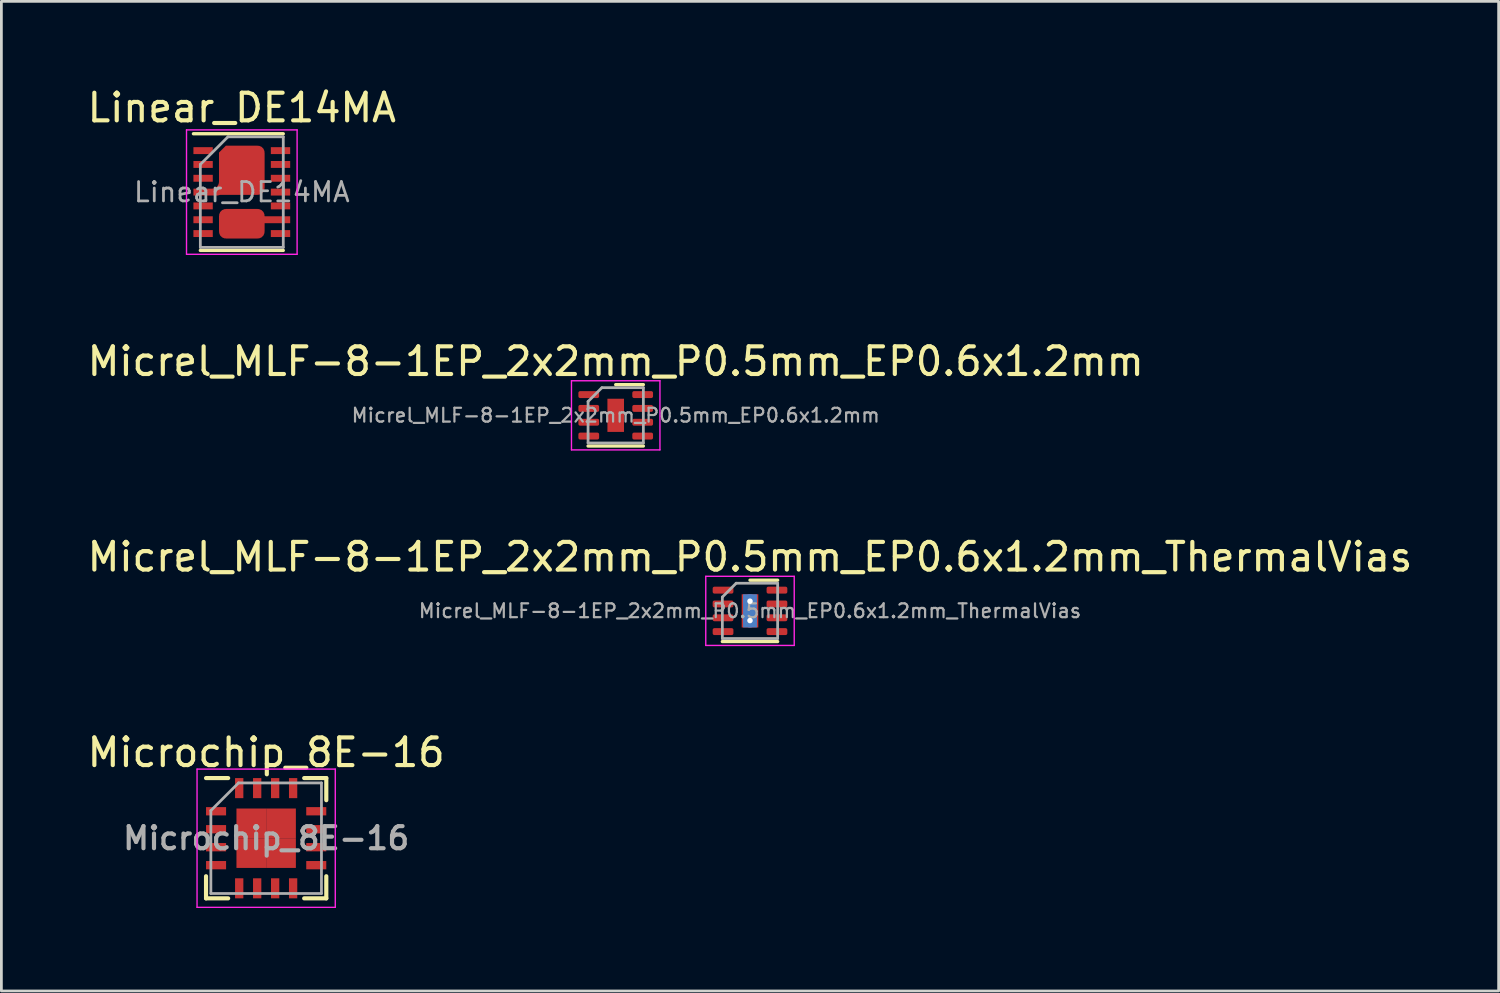
<source format=kicad_pcb>
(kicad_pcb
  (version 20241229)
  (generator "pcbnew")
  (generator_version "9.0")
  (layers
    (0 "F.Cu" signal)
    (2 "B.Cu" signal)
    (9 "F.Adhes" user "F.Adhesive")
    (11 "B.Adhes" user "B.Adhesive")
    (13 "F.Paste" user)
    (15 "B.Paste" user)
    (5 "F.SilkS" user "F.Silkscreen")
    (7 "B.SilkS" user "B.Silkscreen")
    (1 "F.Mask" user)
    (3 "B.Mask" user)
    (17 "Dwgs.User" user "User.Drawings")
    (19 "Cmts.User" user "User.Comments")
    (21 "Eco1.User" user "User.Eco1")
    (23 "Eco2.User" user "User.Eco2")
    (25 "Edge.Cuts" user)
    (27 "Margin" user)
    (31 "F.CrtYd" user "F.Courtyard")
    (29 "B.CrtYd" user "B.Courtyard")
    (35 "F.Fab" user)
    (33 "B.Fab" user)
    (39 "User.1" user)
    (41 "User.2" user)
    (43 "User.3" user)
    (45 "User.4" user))
  (footprint "Micrel_MLF-8-1EP_2x2mm_P0.5mm_EP0.6x1.2mm"
    (layer "F.Cu")
    (at 19.22 11.972)
    (property "Reference" "Micrel_MLF-8-1EP_2x2mm_P0.5mm_EP0.6x1.2mm" (at 0 -1.95 0) (layer "F.SilkS") (effects (font (size 1 1) (thickness 0.15))))
    (attr smd)
    (fp_line (start -1 1.11) (end 1 1.11) (stroke (width 0.12) (type solid)) (layer "F.SilkS"))
    (fp_line (start 0 -1.11) (end 1 -1.11) (stroke (width 0.12) (type solid)) (layer "F.SilkS"))
    (fp_line (start -1.6 -1.25) (end -1.6 1.25) (stroke (width 0.05) (type solid)) (layer "F.CrtYd"))
    (fp_line (start -1.6 1.25) (end 1.6 1.25) (stroke (width 0.05) (type solid)) (layer "F.CrtYd"))
    (fp_line (start 1.6 -1.25) (end -1.6 -1.25) (stroke (width 0.05) (type solid)) (layer "F.CrtYd"))
    (fp_line (start 1.6 1.25) (end 1.6 -1.25) (stroke (width 0.05) (type solid)) (layer "F.CrtYd"))
    (fp_line (start -1 -0.5) (end -0.5 -1) (stroke (width 0.1) (type solid)) (layer "F.Fab"))
    (fp_line (start -1 1) (end -1 -0.5) (stroke (width 0.1) (type solid)) (layer "F.Fab"))
    (fp_line (start -0.5 -1) (end 1 -1) (stroke (width 0.1) (type solid)) (layer "F.Fab"))
    (fp_line (start 1 -1) (end 1 1) (stroke (width 0.1) (type solid)) (layer "F.Fab"))
    (fp_line (start 1 1) (end -1 1) (stroke (width 0.1) (type solid)) (layer "F.Fab"))
    (fp_text user "${REFERENCE}" (at 0 0 0) (layer "F.Fab") (effects (font (size 0.5 0.5) (thickness 0.08))))
    (pad "" smd roundrect (at 0 -0.3) (size 0.48 0.48) (layers "F.Paste") (roundrect_rratio 0.25))
    (pad "" smd roundrect (at 0 0.3) (size 0.48 0.48) (layers "F.Paste") (roundrect_rratio 0.25))
    (pad "1" smd roundrect (at -0.975 -0.75) (size 0.75 0.25) (layers "F.Cu" "F.Mask" "F.Paste") (roundrect_rratio 0.25))
    (pad "2" smd roundrect (at -0.975 -0.25) (size 0.75 0.25) (layers "F.Cu" "F.Mask" "F.Paste") (roundrect_rratio 0.25))
    (pad "3" smd roundrect (at -0.975 0.25) (size 0.75 0.25) (layers "F.Cu" "F.Mask" "F.Paste") (roundrect_rratio 0.25))
    (pad "4" smd roundrect (at -0.975 0.75) (size 0.75 0.25) (layers "F.Cu" "F.Mask" "F.Paste") (roundrect_rratio 0.25))
    (pad "5" smd roundrect (at 0.975 0.75) (size 0.75 0.25) (layers "F.Cu" "F.Mask" "F.Paste") (roundrect_rratio 0.25))
    (pad "6" smd roundrect (at 0.975 0.25) (size 0.75 0.25) (layers "F.Cu" "F.Mask" "F.Paste") (roundrect_rratio 0.25))
    (pad "7" smd roundrect (at 0.975 -0.25) (size 0.75 0.25) (layers "F.Cu" "F.Mask" "F.Paste") (roundrect_rratio 0.25))
    (pad "8" smd roundrect (at 0.975 -0.75) (size 0.75 0.25) (layers "F.Cu" "F.Mask" "F.Paste") (roundrect_rratio 0.25))
    (pad "9" smd rect (at 0 0) (size 0.6 1.2) (layers "F.Cu" "F.Mask")))
  (footprint "Linear_DE14MA"
    (layer "F.Cu")
    (at 5.696 3.898)
    (property "Reference" "Linear_DE14MA" (at 0 -3.05 0) (layer "F.SilkS") (effects (font (size 1 1) (thickness 0.15))))
    (attr smd)
    (fp_line (start -1.75 -2.11) (end 1.5 -2.11) (stroke (width 0.12) (type solid)) (layer "F.SilkS"))
    (fp_line (start -1.5 2.11) (end 1.5 2.11) (stroke (width 0.12) (type solid)) (layer "F.SilkS"))
    (fp_line (start -2 -2.25) (end -2 2.25) (stroke (width 0.05) (type solid)) (layer "F.CrtYd"))
    (fp_line (start -2 -2.25) (end 2 -2.25) (stroke (width 0.05) (type solid)) (layer "F.CrtYd"))
    (fp_line (start -2 2.25) (end 2 2.25) (stroke (width 0.05) (type solid)) (layer "F.CrtYd"))
    (fp_line (start 2 -2.25) (end 2 2.25) (stroke (width 0.05) (type solid)) (layer "F.CrtYd"))
    (fp_line (start -1.5 -1) (end -0.5 -2) (stroke (width 0.1) (type solid)) (layer "F.Fab"))
    (fp_line (start -1.5 2) (end -1.5 -1) (stroke (width 0.1) (type solid)) (layer "F.Fab"))
    (fp_line (start -0.5 -2) (end 1.5 -2) (stroke (width 0.1) (type solid)) (layer "F.Fab"))
    (fp_line (start 1.5 -2) (end 1.5 2) (stroke (width 0.1) (type solid)) (layer "F.Fab"))
    (fp_line (start 1.5 2) (end -1.5 2) (stroke (width 0.1) (type solid)) (layer "F.Fab"))
    (fp_text user "${REFERENCE}" (at 0 0 0) (layer "F.Fab") (effects (font (size 0.7 0.7) (thickness 0.1))))
    (pad "1" smd rect (at -1.4 -1.5) (size 0.7 0.25) (layers "F.Cu" "F.Mask" "F.Paste"))
    (pad "2" smd rect (at -1.4 -1) (size 0.7 0.25) (layers "F.Cu" "F.Mask" "F.Paste"))
    (pad "3" smd rect (at -1.4 -0.5) (size 0.7 0.25) (layers "F.Cu" "F.Mask" "F.Paste"))
    (pad "4" smd custom (at 0 -0.79) (size 1.65 1.28) (layers "F.Cu" "F.Mask" "F.Paste") (options (anchor rect)) (primitives (gr_circle (center 0.575 -0.64) (end 0.825 -0.64) (width 0) (fill yes)) (gr_circle (center 0.575 0.64) (end 0.825 0.64) (width 0) (fill yes)) (gr_poly (pts (xy -0.575 -0.89) (xy 0.575 -0.89) (xy 0.575 0.89) (xy -0.825 0.89) (xy -0.825 -0.64)) (width 0) (fill yes)) (gr_poly (pts (xy -0.78 0.665) (xy -1.75 0.665) (xy -1.75 0.915) (xy -0.88 0.915) (xy -0.78 0.89)) (width 0) (fill yes)) (gr_poly (pts (xy -1.075 0.665) (xy -1.025 0.66) (xy -0.977 0.645) (xy -0.935 0.622) (xy -0.897 0.591) (xy -0.866 0.552) (xy -0.844 0.511) (xy -0.83 0.464) (xy -0.825 0.415) (xy -0.825 0.665)) (width 0.001) (fill yes))))
    (pad "5" smd rect (at -1.4 0.5) (size 0.7 0.25) (layers "F.Cu" "F.Mask" "F.Paste"))
    (pad "6" smd rect (at -1.4 1) (size 0.7 0.25) (layers "F.Cu" "F.Mask" "F.Paste"))
    (pad "7" smd rect (at -1.4 1.5) (size 0.7 0.25) (layers "F.Cu" "F.Mask" "F.Paste"))
    (pad "8" smd rect (at 1.4 1.5) (size 0.7 0.25) (layers "F.Cu" "F.Mask" "F.Paste"))
    (pad "9" smd custom (at 0 1.145) (size 1.15 1.07) (layers "F.Cu" "F.Mask" "F.Paste") (options (anchor rect)) (primitives (gr_circle (center -0.575 -0.285) (end -0.325 -0.285) (width 0) (fill yes)) (gr_circle (center 0.575 -0.285) (end 0.825 -0.285) (width 0) (fill yes)) (gr_circle (center -0.575 0.285) (end -0.325 0.285) (width 0) (fill yes)) (gr_circle (center 0.575 0.285) (end 0.825 0.285) (width 0) (fill yes)) (gr_poly (pts (xy -0.825 -0.285) (xy 0.825 -0.285) (xy 0.825 0.285) (xy -0.825 0.285)) (width 0) (fill yes)) (gr_poly (pts (xy 0.825 -0.27) (xy 1.75 -0.27) (xy 1.75 -0.02) (xy 0.825 -0.02)) (width 0) (fill yes))))
    (pad "10" smd rect (at 1.4 0.5) (size 0.7 0.25) (layers "F.Cu" "F.Mask" "F.Paste"))
    (pad "11" smd rect (at 1.4 0) (size 0.7 0.25) (layers "F.Cu" "F.Mask" "F.Paste"))
    (pad "12" smd rect (at 1.4 -0.5) (size 0.7 0.25) (layers "F.Cu" "F.Mask" "F.Paste"))
    (pad "13" smd rect (at 1.4 -1) (size 0.7 0.25) (layers "F.Cu" "F.Mask" "F.Paste"))
    (pad "14" smd rect (at 1.4 -1.5) (size 0.7 0.25) (layers "F.Cu" "F.Mask" "F.Paste")))
  (footprint "Micrel_MLF-8-1EP_2x2mm_P0.5mm_EP0.6x1.2mm_ThermalVias"
    (layer "F.Cu")
    (at 24.077 19.045)
    (property "Reference" "Micrel_MLF-8-1EP_2x2mm_P0.5mm_EP0.6x1.2mm_ThermalVias" (at 0 -1.95 0) (layer "F.SilkS") (effects (font (size 1 1) (thickness 0.15))))
    (attr smd)
    (fp_line (start -1 1.11) (end 1 1.11) (stroke (width 0.12) (type solid)) (layer "F.SilkS"))
    (fp_line (start 0 -1.11) (end 1 -1.11) (stroke (width 0.12) (type solid)) (layer "F.SilkS"))
    (fp_line (start -1.6 -1.25) (end -1.6 1.25) (stroke (width 0.05) (type solid)) (layer "F.CrtYd"))
    (fp_line (start -1.6 1.25) (end 1.6 1.25) (stroke (width 0.05) (type solid)) (layer "F.CrtYd"))
    (fp_line (start 1.6 -1.25) (end -1.6 -1.25) (stroke (width 0.05) (type solid)) (layer "F.CrtYd"))
    (fp_line (start 1.6 1.25) (end 1.6 -1.25) (stroke (width 0.05) (type solid)) (layer "F.CrtYd"))
    (fp_line (start -1 -0.5) (end -0.5 -1) (stroke (width 0.1) (type solid)) (layer "F.Fab"))
    (fp_line (start -1 1) (end -1 -0.5) (stroke (width 0.1) (type solid)) (layer "F.Fab"))
    (fp_line (start -0.5 -1) (end 1 -1) (stroke (width 0.1) (type solid)) (layer "F.Fab"))
    (fp_line (start 1 -1) (end 1 1) (stroke (width 0.1) (type solid)) (layer "F.Fab"))
    (fp_line (start 1 1) (end -1 1) (stroke (width 0.1) (type solid)) (layer "F.Fab"))
    (fp_text user "${REFERENCE}" (at 0 0 0) (layer "F.Fab") (effects (font (size 0.5 0.5) (thickness 0.08))))
    (pad "" smd roundrect (at -0.15 -0.3) (size 0.24 0.48) (layers "F.Paste") (roundrect_rratio 0.25))
    (pad "" smd roundrect (at -0.15 0.3) (size 0.24 0.48) (layers "F.Paste") (roundrect_rratio 0.25))
    (pad "" smd roundrect (at 0.15 -0.3) (size 0.24 0.48) (layers "F.Paste") (roundrect_rratio 0.25))
    (pad "" smd roundrect (at 0.15 0.3) (size 0.24 0.48) (layers "F.Paste") (roundrect_rratio 0.25))
    (pad "1" smd roundrect (at -0.975 -0.75) (size 0.75 0.25) (layers "F.Cu" "F.Mask" "F.Paste") (roundrect_rratio 0.25))
    (pad "2" smd roundrect (at -0.975 -0.25) (size 0.75 0.25) (layers "F.Cu" "F.Mask" "F.Paste") (roundrect_rratio 0.25))
    (pad "3" smd roundrect (at -0.975 0.25) (size 0.75 0.25) (layers "F.Cu" "F.Mask" "F.Paste") (roundrect_rratio 0.25))
    (pad "4" smd roundrect (at -0.975 0.75) (size 0.75 0.25) (layers "F.Cu" "F.Mask" "F.Paste") (roundrect_rratio 0.25))
    (pad "5" smd roundrect (at 0.975 0.75) (size 0.75 0.25) (layers "F.Cu" "F.Mask" "F.Paste") (roundrect_rratio 0.25))
    (pad "6" smd roundrect (at 0.975 0.25) (size 0.75 0.25) (layers "F.Cu" "F.Mask" "F.Paste") (roundrect_rratio 0.25))
    (pad "7" smd roundrect (at 0.975 -0.25) (size 0.75 0.25) (layers "F.Cu" "F.Mask" "F.Paste") (roundrect_rratio 0.25))
    (pad "8" smd roundrect (at 0.975 -0.75) (size 0.75 0.25) (layers "F.Cu" "F.Mask" "F.Paste") (roundrect_rratio 0.25))
    (pad "9" thru_hole circle (at 0 -0.35) (size 0.5 0.5) (drill 0.2) (layers "*.Cu"))
    (pad "9" smd rect (at 0 0) (size 0.5 1.2) (layers "B.Cu"))
    (pad "9" smd rect (at 0 0) (size 0.6 1.2) (layers "F.Cu" "F.Mask"))
    (pad "9" thru_hole circle (at 0 0.35) (size 0.5 0.5) (drill 0.2) (layers "*.Cu")))
  (footprint "Microchip_8E-16"
    (layer "F.Cu")
    (at 6.577 27.268)
    (property "Reference" "Microchip_8E-16" (at 0 -3.1 0) (layer "F.SilkS") (effects (font (size 1 1) (thickness 0.15))))
    (attr smd)
    (fp_line (start -2.175 -2.175) (end -1.375 -2.175) (stroke (width 0.15) (type solid)) (layer "F.SilkS"))
    (fp_line (start -2.175 2.175) (end -2.175 1.375) (stroke (width 0.15) (type solid)) (layer "F.SilkS"))
    (fp_line (start -2.175 2.175) (end -1.375 2.175) (stroke (width 0.15) (type solid)) (layer "F.SilkS"))
    (fp_line (start 2.175 -2.175) (end 1.375 -2.175) (stroke (width 0.15) (type solid)) (layer "F.SilkS"))
    (fp_line (start 2.175 -2.175) (end 2.175 -1.375) (stroke (width 0.15) (type solid)) (layer "F.SilkS"))
    (fp_line (start 2.175 2.175) (end 1.375 2.175) (stroke (width 0.15) (type solid)) (layer "F.SilkS"))
    (fp_line (start 2.175 2.175) (end 2.175 1.375) (stroke (width 0.15) (type solid)) (layer "F.SilkS"))
    (fp_line (start -2.5 -2.5) (end -2.5 2.5) (stroke (width 0.05) (type solid)) (layer "F.CrtYd"))
    (fp_line (start -2.5 -2.5) (end 2.5 -2.5) (stroke (width 0.05) (type solid)) (layer "F.CrtYd"))
    (fp_line (start -2.5 2.5) (end 2.5 2.5) (stroke (width 0.05) (type solid)) (layer "F.CrtYd"))
    (fp_line (start 2.5 -2.5) (end 2.5 2.5) (stroke (width 0.05) (type solid)) (layer "F.CrtYd"))
    (fp_line (start -2 2) (end -2 -1) (stroke (width 0.1) (type solid)) (layer "F.Fab"))
    (fp_line (start -1 -2) (end -2 -1) (stroke (width 0.1) (type solid)) (layer "F.Fab"))
    (fp_line (start -1 -2) (end 2 -2) (stroke (width 0.1) (type solid)) (layer "F.Fab"))
    (fp_line (start 2 -2) (end 2 2) (stroke (width 0.1) (type solid)) (layer "F.Fab"))
    (fp_line (start 2 2) (end -2 2) (stroke (width 0.1) (type solid)) (layer "F.Fab"))
    (fp_text user "${REFERENCE}" (at 0 0 0) (layer "F.Fab") (effects (font (size 0.8 0.8) (thickness 0.15))))
    (pad "1" smd rect (at -1.812 -0.975) (size 0.725 0.3) (layers "F.Cu" "F.Mask" "F.Paste"))
    (pad "2" smd rect (at -1.812 -0.325) (size 0.725 0.3) (layers "F.Cu" "F.Mask" "F.Paste"))
    (pad "3" smd rect (at -1.812 0.325) (size 0.725 0.3) (layers "F.Cu" "F.Mask" "F.Paste"))
    (pad "4" smd rect (at -1.812 0.975) (size 0.725 0.3) (layers "F.Cu" "F.Mask" "F.Paste"))
    (pad "5" smd rect (at -0.975 1.812 90) (size 0.725 0.3) (layers "F.Cu" "F.Mask" "F.Paste"))
    (pad "6" smd rect (at -0.325 1.812 90) (size 0.725 0.3) (layers "F.Cu" "F.Mask" "F.Paste"))
    (pad "7" smd rect (at 0.325 1.812 90) (size 0.725 0.3) (layers "F.Cu" "F.Mask" "F.Paste"))
    (pad "8" smd rect (at 0.975 1.812 90) (size 0.725 0.3) (layers "F.Cu" "F.Mask" "F.Paste"))
    (pad "9" smd rect (at 1.812 0.975) (size 0.725 0.3) (layers "F.Cu" "F.Mask" "F.Paste"))
    (pad "10" smd rect (at 1.812 0.325) (size 0.725 0.3) (layers "F.Cu" "F.Mask" "F.Paste"))
    (pad "11" smd rect (at 1.812 -0.325) (size 0.725 0.3) (layers "F.Cu" "F.Mask" "F.Paste"))
    (pad "12" smd rect (at 1.812 -0.975) (size 0.725 0.3) (layers "F.Cu" "F.Mask" "F.Paste"))
    (pad "13" smd rect (at 0.975 -1.812 90) (size 0.725 0.3) (layers "F.Cu" "F.Mask" "F.Paste"))
    (pad "14" smd rect (at 0.325 -1.812 90) (size 0.725 0.3) (layers "F.Cu" "F.Mask" "F.Paste"))
    (pad "15" smd rect (at -0.325 -1.812 90) (size 0.725 0.3) (layers "F.Cu" "F.Mask" "F.Paste"))
    (pad "16" smd rect (at -0.975 -1.812 90) (size 0.725 0.3) (layers "F.Cu" "F.Mask" "F.Paste"))
    (pad "17" smd rect (at -0.537 -0.537) (size 1.075 1.075) (layers "F.Cu" "F.Mask" "F.Paste"))
    (pad "17" smd rect (at -0.537 0.537) (size 1.075 1.075) (layers "F.Cu" "F.Mask" "F.Paste"))
    (pad "17" smd rect (at 0.537 -0.537) (size 1.075 1.075) (layers "F.Cu" "F.Mask" "F.Paste"))
    (pad "17" smd rect (at 0.537 0.537) (size 1.075 1.075) (layers "F.Cu" "F.Mask" "F.Paste")))
  (gr_rect
    (start -3 -3)
    (end 51.155 32.793)
    (stroke (width 0.1) (type default))
    (fill no)
    (layer "Edge.Cuts")))
</source>
